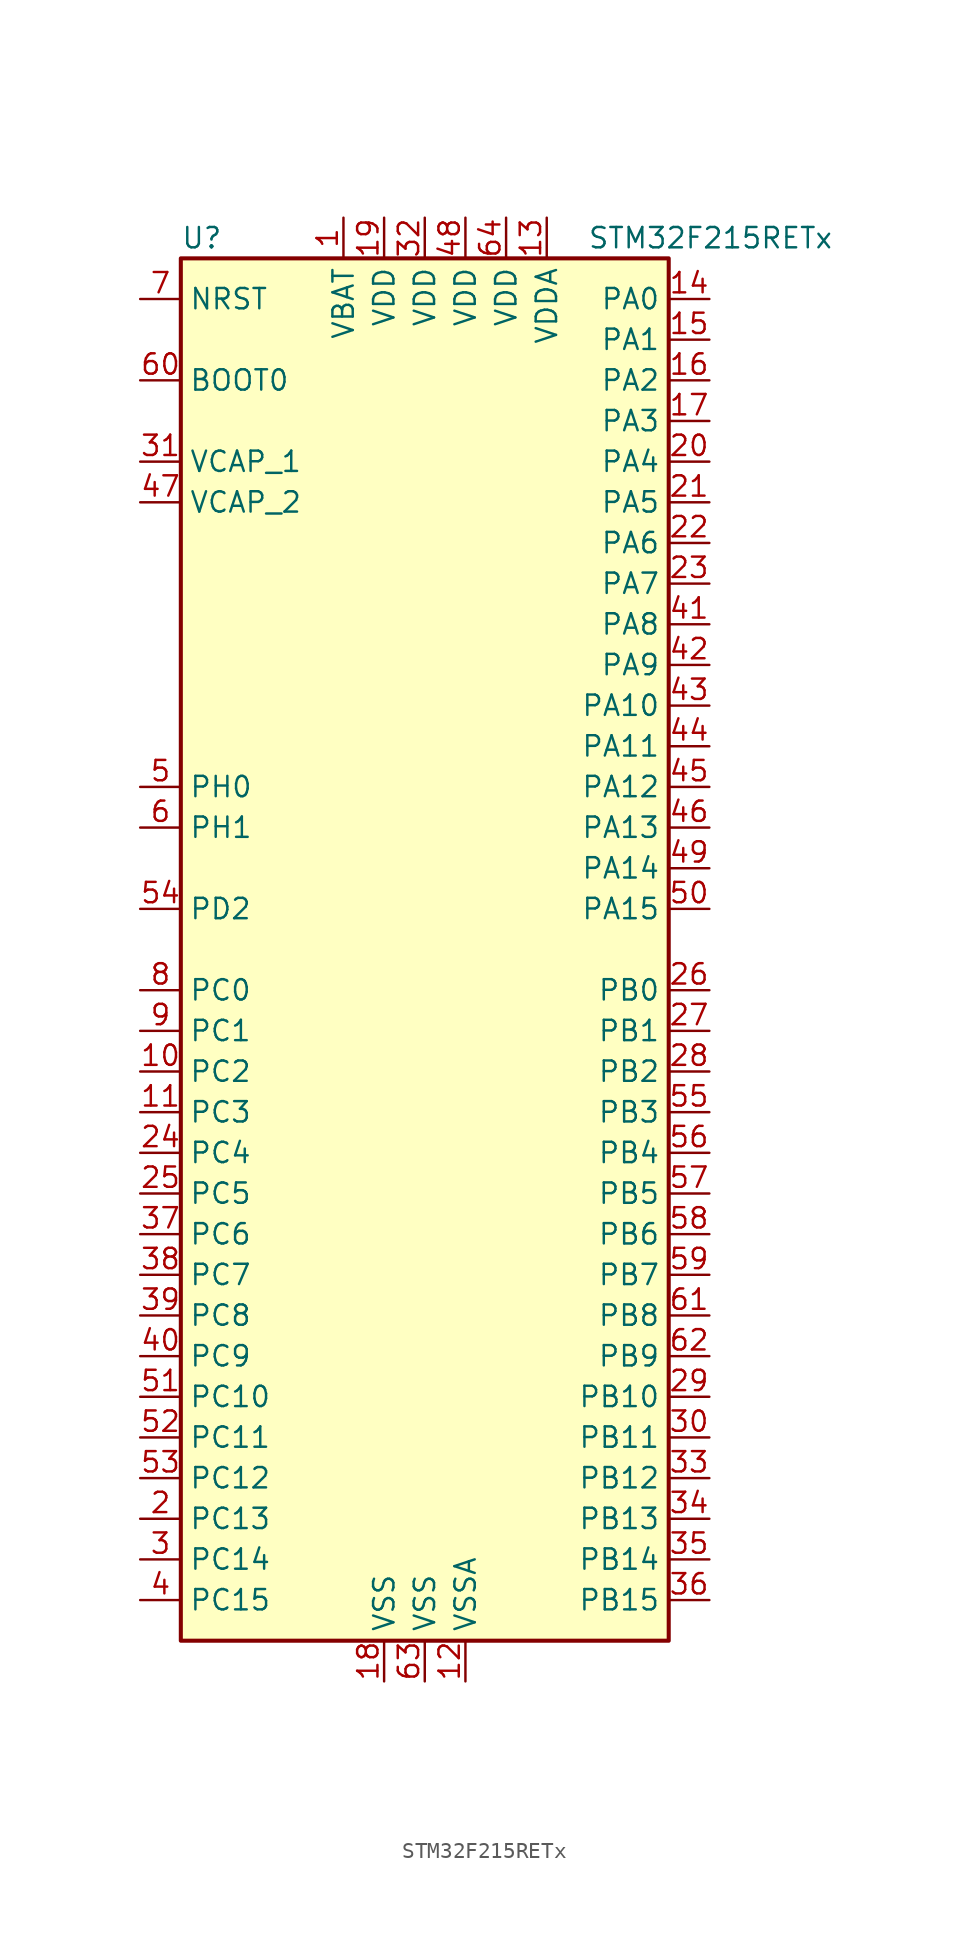
<source format=kicad_sym>
(kicad_symbol_lib
  (version 20211014)
  (generator kicad_symbol_editor)
  (symbol "STM32F215RETx"
    (property "Reference" "U"
      (at -15.24 44.45 0)
      (effects (font (size 1.27 1.27)) (justify left)))
    (property "Value" "STM32F215RETx"
      (at 10.16 44.45 0)
      (effects (font (size 1.27 1.27)) (justify left)))
    (symbol "STM32F215RETx_0_1"
      (rectangle (start -15.24 -43.18) (end 15.24 43.18) (stroke (width 0.254) (type default) (color 0 0 0 0)) (fill (type background))))
    (symbol "STM32F215RETx_1_1"
      (pin power_in line (at -5.08 45.72 270) (length 2.54) (name "VBAT" (effects (font (size 1.27 1.27)))) (number "1" (effects (font (size 1.27 1.27)))))
      (pin bidirectional line (at -17.78 -7.62 0) (length 2.54) (name "PC2" (effects (font (size 1.27 1.27)))) (number "10" (effects (font (size 1.27 1.27)))))
      (pin bidirectional line (at -17.78 -10.16 0) (length 2.54) (name "PC3" (effects (font (size 1.27 1.27)))) (number "11" (effects (font (size 1.27 1.27)))))
      (pin power_in line (at 2.54 -45.72 90) (length 2.54) (name "VSSA" (effects (font (size 1.27 1.27)))) (number "12" (effects (font (size 1.27 1.27)))))
      (pin power_in line (at 7.62 45.72 270) (length 2.54) (name "VDDA" (effects (font (size 1.27 1.27)))) (number "13" (effects (font (size 1.27 1.27)))))
      (pin bidirectional line (at 17.78 40.64 180) (length 2.54) (name "PA0" (effects (font (size 1.27 1.27)))) (number "14" (effects (font (size 1.27 1.27)))))
      (pin bidirectional line (at 17.78 38.1 180) (length 2.54) (name "PA1" (effects (font (size 1.27 1.27)))) (number "15" (effects (font (size 1.27 1.27)))))
      (pin bidirectional line (at 17.78 35.56 180) (length 2.54) (name "PA2" (effects (font (size 1.27 1.27)))) (number "16" (effects (font (size 1.27 1.27)))))
      (pin bidirectional line (at 17.78 33.02 180) (length 2.54) (name "PA3" (effects (font (size 1.27 1.27)))) (number "17" (effects (font (size 1.27 1.27)))))
      (pin power_in line (at -2.54 -45.72 90) (length 2.54) (name "VSS" (effects (font (size 1.27 1.27)))) (number "18" (effects (font (size 1.27 1.27)))))
      (pin power_in line (at -2.54 45.72 270) (length 2.54) (name "VDD" (effects (font (size 1.27 1.27)))) (number "19" (effects (font (size 1.27 1.27)))))
      (pin bidirectional line (at -17.78 -35.56 0) (length 2.54) (name "PC13" (effects (font (size 1.27 1.27)))) (number "2" (effects (font (size 1.27 1.27)))))
      (pin bidirectional line (at 17.78 30.48 180) (length 2.54) (name "PA4" (effects (font (size 1.27 1.27)))) (number "20" (effects (font (size 1.27 1.27)))))
      (pin bidirectional line (at 17.78 27.94 180) (length 2.54) (name "PA5" (effects (font (size 1.27 1.27)))) (number "21" (effects (font (size 1.27 1.27)))))
      (pin bidirectional line (at 17.78 25.4 180) (length 2.54) (name "PA6" (effects (font (size 1.27 1.27)))) (number "22" (effects (font (size 1.27 1.27)))))
      (pin bidirectional line (at 17.78 22.86 180) (length 2.54) (name "PA7" (effects (font (size 1.27 1.27)))) (number "23" (effects (font (size 1.27 1.27)))))
      (pin bidirectional line (at -17.78 -12.7 0) (length 2.54) (name "PC4" (effects (font (size 1.27 1.27)))) (number "24" (effects (font (size 1.27 1.27)))))
      (pin bidirectional line (at -17.78 -15.24 0) (length 2.54) (name "PC5" (effects (font (size 1.27 1.27)))) (number "25" (effects (font (size 1.27 1.27)))))
      (pin bidirectional line (at 17.78 -2.54 180) (length 2.54) (name "PB0" (effects (font (size 1.27 1.27)))) (number "26" (effects (font (size 1.27 1.27)))))
      (pin bidirectional line (at 17.78 -5.08 180) (length 2.54) (name "PB1" (effects (font (size 1.27 1.27)))) (number "27" (effects (font (size 1.27 1.27)))))
      (pin bidirectional line (at 17.78 -7.62 180) (length 2.54) (name "PB2" (effects (font (size 1.27 1.27)))) (number "28" (effects (font (size 1.27 1.27)))))
      (pin bidirectional line (at 17.78 -27.94 180) (length 2.54) (name "PB10" (effects (font (size 1.27 1.27)))) (number "29" (effects (font (size 1.27 1.27)))))
      (pin bidirectional line (at -17.78 -38.1 0) (length 2.54) (name "PC14" (effects (font (size 1.27 1.27)))) (number "3" (effects (font (size 1.27 1.27)))))
      (pin bidirectional line (at 17.78 -30.48 180) (length 2.54) (name "PB11" (effects (font (size 1.27 1.27)))) (number "30" (effects (font (size 1.27 1.27)))))
      (pin power_in line (at -17.78 30.48 0) (length 2.54) (name "VCAP_1" (effects (font (size 1.27 1.27)))) (number "31" (effects (font (size 1.27 1.27)))))
      (pin power_in line (at 0 45.72 270) (length 2.54) (name "VDD" (effects (font (size 1.27 1.27)))) (number "32" (effects (font (size 1.27 1.27)))))
      (pin bidirectional line (at 17.78 -33.02 180) (length 2.54) (name "PB12" (effects (font (size 1.27 1.27)))) (number "33" (effects (font (size 1.27 1.27)))))
      (pin bidirectional line (at 17.78 -35.56 180) (length 2.54) (name "PB13" (effects (font (size 1.27 1.27)))) (number "34" (effects (font (size 1.27 1.27)))))
      (pin bidirectional line (at 17.78 -38.1 180) (length 2.54) (name "PB14" (effects (font (size 1.27 1.27)))) (number "35" (effects (font (size 1.27 1.27)))))
      (pin bidirectional line (at 17.78 -40.64 180) (length 2.54) (name "PB15" (effects (font (size 1.27 1.27)))) (number "36" (effects (font (size 1.27 1.27)))))
      (pin bidirectional line (at -17.78 -17.78 0) (length 2.54) (name "PC6" (effects (font (size 1.27 1.27)))) (number "37" (effects (font (size 1.27 1.27)))))
      (pin bidirectional line (at -17.78 -20.32 0) (length 2.54) (name "PC7" (effects (font (size 1.27 1.27)))) (number "38" (effects (font (size 1.27 1.27)))))
      (pin bidirectional line (at -17.78 -22.86 0) (length 2.54) (name "PC8" (effects (font (size 1.27 1.27)))) (number "39" (effects (font (size 1.27 1.27)))))
      (pin bidirectional line (at -17.78 -40.64 0) (length 2.54) (name "PC15" (effects (font (size 1.27 1.27)))) (number "4" (effects (font (size 1.27 1.27)))))
      (pin bidirectional line (at -17.78 -25.4 0) (length 2.54) (name "PC9" (effects (font (size 1.27 1.27)))) (number "40" (effects (font (size 1.27 1.27)))))
      (pin bidirectional line (at 17.78 20.32 180) (length 2.54) (name "PA8" (effects (font (size 1.27 1.27)))) (number "41" (effects (font (size 1.27 1.27)))))
      (pin bidirectional line (at 17.78 17.78 180) (length 2.54) (name "PA9" (effects (font (size 1.27 1.27)))) (number "42" (effects (font (size 1.27 1.27)))))
      (pin bidirectional line (at 17.78 15.24 180) (length 2.54) (name "PA10" (effects (font (size 1.27 1.27)))) (number "43" (effects (font (size 1.27 1.27)))))
      (pin bidirectional line (at 17.78 12.7 180) (length 2.54) (name "PA11" (effects (font (size 1.27 1.27)))) (number "44" (effects (font (size 1.27 1.27)))))
      (pin bidirectional line (at 17.78 10.16 180) (length 2.54) (name "PA12" (effects (font (size 1.27 1.27)))) (number "45" (effects (font (size 1.27 1.27)))))
      (pin bidirectional line (at 17.78 7.62 180) (length 2.54) (name "PA13" (effects (font (size 1.27 1.27)))) (number "46" (effects (font (size 1.27 1.27)))))
      (pin power_in line (at -17.78 27.94 0) (length 2.54) (name "VCAP_2" (effects (font (size 1.27 1.27)))) (number "47" (effects (font (size 1.27 1.27)))))
      (pin power_in line (at 2.54 45.72 270) (length 2.54) (name "VDD" (effects (font (size 1.27 1.27)))) (number "48" (effects (font (size 1.27 1.27)))))
      (pin bidirectional line (at 17.78 5.08 180) (length 2.54) (name "PA14" (effects (font (size 1.27 1.27)))) (number "49" (effects (font (size 1.27 1.27)))))
      (pin input line (at -17.78 10.16 0) (length 2.54) (name "PH0" (effects (font (size 1.27 1.27)))) (number "5" (effects (font (size 1.27 1.27)))))
      (pin bidirectional line (at 17.78 2.54 180) (length 2.54) (name "PA15" (effects (font (size 1.27 1.27)))) (number "50" (effects (font (size 1.27 1.27)))))
      (pin bidirectional line (at -17.78 -27.94 0) (length 2.54) (name "PC10" (effects (font (size 1.27 1.27)))) (number "51" (effects (font (size 1.27 1.27)))))
      (pin bidirectional line (at -17.78 -30.48 0) (length 2.54) (name "PC11" (effects (font (size 1.27 1.27)))) (number "52" (effects (font (size 1.27 1.27)))))
      (pin bidirectional line (at -17.78 -33.02 0) (length 2.54) (name "PC12" (effects (font (size 1.27 1.27)))) (number "53" (effects (font (size 1.27 1.27)))))
      (pin bidirectional line (at -17.78 2.54 0) (length 2.54) (name "PD2" (effects (font (size 1.27 1.27)))) (number "54" (effects (font (size 1.27 1.27)))))
      (pin bidirectional line (at 17.78 -10.16 180) (length 2.54) (name "PB3" (effects (font (size 1.27 1.27)))) (number "55" (effects (font (size 1.27 1.27)))))
      (pin bidirectional line (at 17.78 -12.7 180) (length 2.54) (name "PB4" (effects (font (size 1.27 1.27)))) (number "56" (effects (font (size 1.27 1.27)))))
      (pin bidirectional line (at 17.78 -15.24 180) (length 2.54) (name "PB5" (effects (font (size 1.27 1.27)))) (number "57" (effects (font (size 1.27 1.27)))))
      (pin bidirectional line (at 17.78 -17.78 180) (length 2.54) (name "PB6" (effects (font (size 1.27 1.27)))) (number "58" (effects (font (size 1.27 1.27)))))
      (pin bidirectional line (at 17.78 -20.32 180) (length 2.54) (name "PB7" (effects (font (size 1.27 1.27)))) (number "59" (effects (font (size 1.27 1.27)))))
      (pin input line (at -17.78 7.62 0) (length 2.54) (name "PH1" (effects (font (size 1.27 1.27)))) (number "6" (effects (font (size 1.27 1.27)))))
      (pin input line (at -17.78 35.56 0) (length 2.54) (name "BOOT0" (effects (font (size 1.27 1.27)))) (number "60" (effects (font (size 1.27 1.27)))))
      (pin bidirectional line (at 17.78 -22.86 180) (length 2.54) (name "PB8" (effects (font (size 1.27 1.27)))) (number "61" (effects (font (size 1.27 1.27)))))
      (pin bidirectional line (at 17.78 -25.4 180) (length 2.54) (name "PB9" (effects (font (size 1.27 1.27)))) (number "62" (effects (font (size 1.27 1.27)))))
      (pin power_in line (at 0 -45.72 90) (length 2.54) (name "VSS" (effects (font (size 1.27 1.27)))) (number "63" (effects (font (size 1.27 1.27)))))
      (pin power_in line (at 5.08 45.72 270) (length 2.54) (name "VDD" (effects (font (size 1.27 1.27)))) (number "64" (effects (font (size 1.27 1.27)))))
      (pin input line (at -17.78 40.64 0) (length 2.54) (name "NRST" (effects (font (size 1.27 1.27)))) (number "7" (effects (font (size 1.27 1.27)))))
      (pin bidirectional line (at -17.78 -2.54 0) (length 2.54) (name "PC0" (effects (font (size 1.27 1.27)))) (number "8" (effects (font (size 1.27 1.27)))))
      (pin bidirectional line (at -17.78 -5.08 0) (length 2.54) (name "PC1" (effects (font (size 1.27 1.27)))) (number "9" (effects (font (size 1.27 1.27))))))))
</source>
